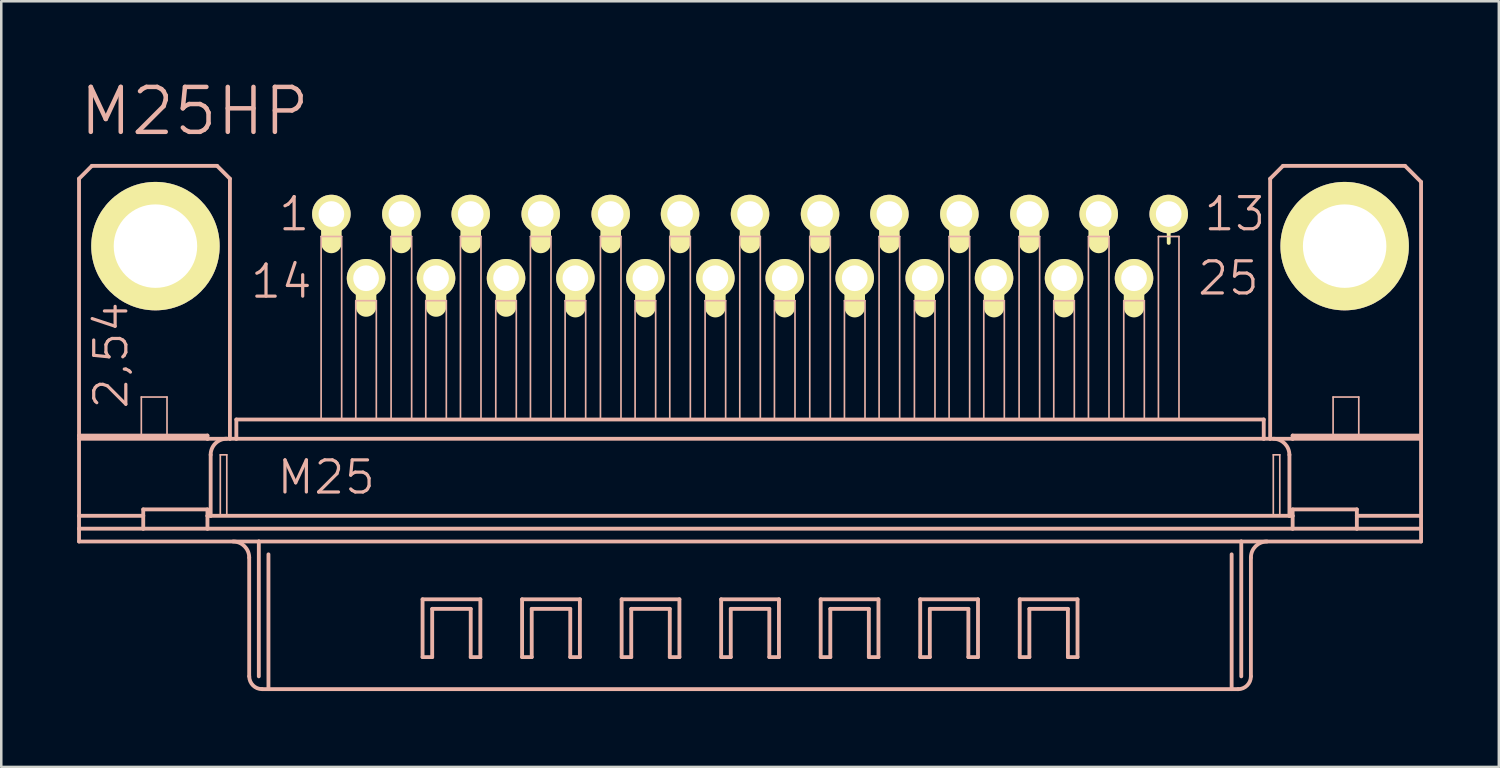
<source format=kicad_pcb>
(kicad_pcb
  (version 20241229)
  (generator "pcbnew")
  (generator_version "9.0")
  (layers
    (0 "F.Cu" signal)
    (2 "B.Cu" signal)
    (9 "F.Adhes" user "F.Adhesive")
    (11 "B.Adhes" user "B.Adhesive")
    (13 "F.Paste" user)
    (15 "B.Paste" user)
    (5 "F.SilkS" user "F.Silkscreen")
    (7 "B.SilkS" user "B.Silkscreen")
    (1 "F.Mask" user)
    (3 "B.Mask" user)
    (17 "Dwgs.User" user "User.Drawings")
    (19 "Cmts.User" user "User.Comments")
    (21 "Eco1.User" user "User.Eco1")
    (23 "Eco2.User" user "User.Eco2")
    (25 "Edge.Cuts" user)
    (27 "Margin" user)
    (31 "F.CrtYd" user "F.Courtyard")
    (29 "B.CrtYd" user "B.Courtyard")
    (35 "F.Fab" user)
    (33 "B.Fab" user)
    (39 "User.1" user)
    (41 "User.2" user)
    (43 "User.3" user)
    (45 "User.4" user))
  (footprint "M25HP"
    (layer "F.Cu")
    (at 26.619 6.686)
    (property "Reference" "M25HP" (at -21.971 -5.334 0) (layer "B.SilkS") (effects (font (size 1.778 1.778) (thickness 0.178))))
    (attr exclude_from_pos_files exclude_from_bom)
    (fp_line (start -16.561 -1.143) (end -16.561 -0.127) (stroke (width 0.813) (type solid)) (layer "F.SilkS"))
    (fp_line (start -15.189 1.372) (end -15.189 2.388) (stroke (width 0.813) (type solid)) (layer "F.SilkS"))
    (fp_line (start -13.792 -1.143) (end -13.792 -0.127) (stroke (width 0.813) (type solid)) (layer "F.SilkS"))
    (fp_line (start -12.421 1.372) (end -12.421 2.388) (stroke (width 0.813) (type solid)) (layer "F.SilkS"))
    (fp_line (start -11.049 -1.143) (end -11.049 -0.127) (stroke (width 0.813) (type solid)) (layer "F.SilkS"))
    (fp_line (start -9.652 1.372) (end -9.652 2.388) (stroke (width 0.813) (type solid)) (layer "F.SilkS"))
    (fp_line (start -8.28 -1.143) (end -8.28 -0.127) (stroke (width 0.813) (type solid)) (layer "F.SilkS"))
    (fp_line (start -6.909 1.397) (end -6.909 2.413) (stroke (width 0.813) (type solid)) (layer "F.SilkS"))
    (fp_line (start -5.512 -1.143) (end -5.512 -0.127) (stroke (width 0.813) (type solid)) (layer "F.SilkS"))
    (fp_line (start -4.14 1.397) (end -4.14 2.413) (stroke (width 0.813) (type solid)) (layer "F.SilkS"))
    (fp_line (start -2.769 -1.143) (end -2.769 -0.127) (stroke (width 0.813) (type solid)) (layer "F.SilkS"))
    (fp_line (start -1.372 1.397) (end -1.372 2.413) (stroke (width 0.813) (type solid)) (layer "F.SilkS"))
    (fp_line (start 0 -1.143) (end 0 -0.127) (stroke (width 0.813) (type solid)) (layer "F.SilkS"))
    (fp_line (start 1.372 1.397) (end 1.372 2.413) (stroke (width 0.813) (type solid)) (layer "F.SilkS"))
    (fp_line (start 2.769 -1.143) (end 2.769 -0.127) (stroke (width 0.813) (type solid)) (layer "F.SilkS"))
    (fp_line (start 4.14 1.397) (end 4.14 2.413) (stroke (width 0.813) (type solid)) (layer "F.SilkS"))
    (fp_line (start 5.512 -1.143) (end 5.512 -0.127) (stroke (width 0.813) (type solid)) (layer "F.SilkS"))
    (fp_line (start 6.909 1.397) (end 6.909 2.413) (stroke (width 0.813) (type solid)) (layer "F.SilkS"))
    (fp_line (start 8.28 -1.143) (end 8.28 -0.127) (stroke (width 0.813) (type solid)) (layer "F.SilkS"))
    (fp_line (start 9.652 1.397) (end 9.652 2.413) (stroke (width 0.813) (type solid)) (layer "F.SilkS"))
    (fp_line (start 11.049 -1.143) (end 11.049 -0.127) (stroke (width 0.813) (type solid)) (layer "F.SilkS"))
    (fp_line (start 12.421 1.397) (end 12.421 2.413) (stroke (width 0.813) (type solid)) (layer "F.SilkS"))
    (fp_line (start 13.792 -1.143) (end 13.792 -0.127) (stroke (width 0.813) (type solid)) (layer "F.SilkS"))
    (fp_line (start 15.189 1.397) (end 15.189 2.413) (stroke (width 0.813) (type solid)) (layer "F.SilkS"))
    (fp_line (start 16.561 -1.143) (end 16.561 -0.127) (stroke (width 0.152) (type solid)) (layer "F.SilkS"))
    (fp_line (start -26.543 -2.667) (end -26.543 7.493) (stroke (width 0.152) (type solid)) (layer "B.SilkS"))
    (fp_line (start -26.543 7.62) (end -26.543 7.493) (stroke (width 0.152) (type solid)) (layer "B.SilkS"))
    (fp_line (start -26.543 10.668) (end -26.543 7.62) (stroke (width 0.152) (type solid)) (layer "B.SilkS"))
    (fp_line (start -26.543 11.176) (end -26.543 10.668) (stroke (width 0.152) (type solid)) (layer "B.SilkS"))
    (fp_line (start -26.543 11.176) (end 26.543 11.176) (stroke (width 0.066) (type solid)) (layer "B.SilkS"))
    (fp_line (start -26.543 11.684) (end -26.543 11.176) (stroke (width 0.066) (type solid)) (layer "B.SilkS"))
    (fp_line (start -26.543 11.684) (end -26.543 11.176) (stroke (width 0.152) (type solid)) (layer "B.SilkS"))
    (fp_line (start -26.543 11.684) (end 26.543 11.684) (stroke (width 0.066) (type solid)) (layer "B.SilkS"))
    (fp_line (start -26.035 -3.175) (end -26.543 -2.667) (stroke (width 0.152) (type solid)) (layer "B.SilkS"))
    (fp_line (start -24.079 5.969) (end -23.063 5.969) (stroke (width 0.066) (type solid)) (layer "B.SilkS"))
    (fp_line (start -24.079 7.62) (end -24.079 5.969) (stroke (width 0.066) (type solid)) (layer "B.SilkS"))
    (fp_line (start -24.079 7.62) (end -23.063 7.62) (stroke (width 0.066) (type solid)) (layer "B.SilkS"))
    (fp_line (start -24.003 10.668) (end -26.543 10.668) (stroke (width 0.152) (type solid)) (layer "B.SilkS"))
    (fp_line (start -24.003 10.668) (end -24.003 10.414) (stroke (width 0.152) (type solid)) (layer "B.SilkS"))
    (fp_line (start -24.003 10.668) (end -24.003 11.176) (stroke (width 0.152) (type solid)) (layer "B.SilkS"))
    (fp_line (start -24.003 11.176) (end -26.543 11.176) (stroke (width 0.152) (type solid)) (layer "B.SilkS"))
    (fp_line (start -23.063 7.62) (end -23.063 5.969) (stroke (width 0.066) (type solid)) (layer "B.SilkS"))
    (fp_line (start -21.463 7.493) (end -26.543 7.493) (stroke (width 0.152) (type solid)) (layer "B.SilkS"))
    (fp_line (start -21.463 7.493) (end -21.463 7.62) (stroke (width 0.152) (type solid)) (layer "B.SilkS"))
    (fp_line (start -21.463 7.62) (end -26.543 7.62) (stroke (width 0.152) (type solid)) (layer "B.SilkS"))
    (fp_line (start -21.463 10.414) (end -24.003 10.414) (stroke (width 0.152) (type solid)) (layer "B.SilkS"))
    (fp_line (start -21.463 10.414) (end -21.463 10.668) (stroke (width 0.152) (type solid)) (layer "B.SilkS"))
    (fp_line (start -21.463 10.668) (end -21.463 11.176) (stroke (width 0.152) (type solid)) (layer "B.SilkS"))
    (fp_line (start -21.463 11.176) (end -24.003 11.176) (stroke (width 0.152) (type solid)) (layer "B.SilkS"))
    (fp_line (start -21.336 8.255) (end -21.336 10.668) (stroke (width 0.152) (type solid)) (layer "B.SilkS"))
    (fp_line (start -21.336 10.668) (end -21.463 10.668) (stroke (width 0.152) (type solid)) (layer "B.SilkS"))
    (fp_line (start -21.082 -3.175) (end -26.035 -3.175) (stroke (width 0.152) (type solid)) (layer "B.SilkS"))
    (fp_line (start -20.955 8.255) (end -20.698 8.255) (stroke (width 0.066) (type solid)) (layer "B.SilkS"))
    (fp_line (start -20.955 10.668) (end -20.955 8.255) (stroke (width 0.066) (type solid)) (layer "B.SilkS"))
    (fp_line (start -20.955 10.668) (end -20.698 10.668) (stroke (width 0.066) (type solid)) (layer "B.SilkS"))
    (fp_line (start -20.698 10.668) (end -20.698 8.255) (stroke (width 0.066) (type solid)) (layer "B.SilkS"))
    (fp_line (start -20.574 -2.667) (end -21.082 -3.175) (stroke (width 0.152) (type solid)) (layer "B.SilkS"))
    (fp_line (start -20.574 -2.667) (end -20.574 7.62) (stroke (width 0.152) (type solid)) (layer "B.SilkS"))
    (fp_line (start -20.574 7.62) (end -21.463 7.62) (stroke (width 0.152) (type solid)) (layer "B.SilkS"))
    (fp_line (start -20.32 6.858) (end 20.32 6.858) (stroke (width 0.066) (type solid)) (layer "B.SilkS"))
    (fp_line (start -20.32 7.62) (end -20.574 7.62) (stroke (width 0.152) (type solid)) (layer "B.SilkS"))
    (fp_line (start -20.32 7.62) (end -20.32 6.858) (stroke (width 0.066) (type solid)) (layer "B.SilkS"))
    (fp_line (start -20.32 7.62) (end -20.32 6.858) (stroke (width 0.152) (type solid)) (layer "B.SilkS"))
    (fp_line (start -20.32 7.62) (end 20.32 7.62) (stroke (width 0.066) (type solid)) (layer "B.SilkS"))
    (fp_line (start -19.812 12.319) (end -19.812 17.018) (stroke (width 0.152) (type solid)) (layer "B.SilkS"))
    (fp_line (start -19.431 11.684) (end -26.543 11.684) (stroke (width 0.152) (type solid)) (layer "B.SilkS"))
    (fp_line (start -19.431 11.684) (end -19.431 17.018) (stroke (width 0.152) (type solid)) (layer "B.SilkS"))
    (fp_line (start -19.05 12.192) (end -19.05 17.523) (stroke (width 0.152) (type solid)) (layer "B.SilkS"))
    (fp_line (start -19.05 17.523) (end -19.304 17.523) (stroke (width 0.152) (type solid)) (layer "B.SilkS"))
    (fp_line (start -16.967 -0.381) (end -16.154 -0.381) (stroke (width 0.066) (type solid)) (layer "B.SilkS"))
    (fp_line (start -16.967 6.858) (end -16.967 -0.381) (stroke (width 0.066) (type solid)) (layer "B.SilkS"))
    (fp_line (start -16.967 6.858) (end -16.154 6.858) (stroke (width 0.066) (type solid)) (layer "B.SilkS"))
    (fp_line (start -16.154 6.858) (end -16.154 -0.381) (stroke (width 0.066) (type solid)) (layer "B.SilkS"))
    (fp_line (start -15.596 2.159) (end -14.783 2.159) (stroke (width 0.066) (type solid)) (layer "B.SilkS"))
    (fp_line (start -15.596 6.858) (end -15.596 2.159) (stroke (width 0.066) (type solid)) (layer "B.SilkS"))
    (fp_line (start -15.596 6.858) (end -14.783 6.858) (stroke (width 0.066) (type solid)) (layer "B.SilkS"))
    (fp_line (start -14.783 6.858) (end -14.783 2.159) (stroke (width 0.066) (type solid)) (layer "B.SilkS"))
    (fp_line (start -14.199 -0.381) (end -13.386 -0.381) (stroke (width 0.066) (type solid)) (layer "B.SilkS"))
    (fp_line (start -14.199 6.858) (end -14.199 -0.381) (stroke (width 0.066) (type solid)) (layer "B.SilkS"))
    (fp_line (start -14.199 6.858) (end -13.386 6.858) (stroke (width 0.066) (type solid)) (layer "B.SilkS"))
    (fp_line (start -13.386 6.858) (end -13.386 -0.381) (stroke (width 0.066) (type solid)) (layer "B.SilkS"))
    (fp_line (start -12.954 13.97) (end -10.668 13.97) (stroke (width 0.152) (type solid)) (layer "B.SilkS"))
    (fp_line (start -12.954 16.256) (end -12.954 13.97) (stroke (width 0.152) (type solid)) (layer "B.SilkS"))
    (fp_line (start -12.827 2.159) (end -12.014 2.159) (stroke (width 0.066) (type solid)) (layer "B.SilkS"))
    (fp_line (start -12.827 6.858) (end -12.827 2.159) (stroke (width 0.066) (type solid)) (layer "B.SilkS"))
    (fp_line (start -12.827 6.858) (end -12.014 6.858) (stroke (width 0.066) (type solid)) (layer "B.SilkS"))
    (fp_line (start -12.573 14.348) (end -12.573 16.256) (stroke (width 0.152) (type solid)) (layer "B.SilkS"))
    (fp_line (start -12.573 16.256) (end -12.954 16.256) (stroke (width 0.152) (type solid)) (layer "B.SilkS"))
    (fp_line (start -12.014 6.858) (end -12.014 2.159) (stroke (width 0.066) (type solid)) (layer "B.SilkS"))
    (fp_line (start -11.455 -0.381) (end -10.643 -0.381) (stroke (width 0.066) (type solid)) (layer "B.SilkS"))
    (fp_line (start -11.455 6.858) (end -11.455 -0.381) (stroke (width 0.066) (type solid)) (layer "B.SilkS"))
    (fp_line (start -11.455 6.858) (end -10.643 6.858) (stroke (width 0.066) (type solid)) (layer "B.SilkS"))
    (fp_line (start -11.049 14.348) (end -12.573 14.348) (stroke (width 0.152) (type solid)) (layer "B.SilkS"))
    (fp_line (start -11.049 16.256) (end -11.049 14.348) (stroke (width 0.152) (type solid)) (layer "B.SilkS"))
    (fp_line (start -10.668 13.97) (end -10.668 16.256) (stroke (width 0.152) (type solid)) (layer "B.SilkS"))
    (fp_line (start -10.668 16.256) (end -11.049 16.256) (stroke (width 0.152) (type solid)) (layer "B.SilkS"))
    (fp_line (start -10.643 6.858) (end -10.643 -0.381) (stroke (width 0.066) (type solid)) (layer "B.SilkS"))
    (fp_line (start -10.058 2.159) (end -9.246 2.159) (stroke (width 0.066) (type solid)) (layer "B.SilkS"))
    (fp_line (start -10.058 6.858) (end -10.058 2.159) (stroke (width 0.066) (type solid)) (layer "B.SilkS"))
    (fp_line (start -10.058 6.858) (end -9.246 6.858) (stroke (width 0.066) (type solid)) (layer "B.SilkS"))
    (fp_line (start -9.246 6.858) (end -9.246 2.159) (stroke (width 0.066) (type solid)) (layer "B.SilkS"))
    (fp_line (start -9.017 13.97) (end -6.731 13.97) (stroke (width 0.152) (type solid)) (layer "B.SilkS"))
    (fp_line (start -9.017 16.256) (end -9.017 13.97) (stroke (width 0.152) (type solid)) (layer "B.SilkS"))
    (fp_line (start -8.687 -0.381) (end -7.874 -0.381) (stroke (width 0.066) (type solid)) (layer "B.SilkS"))
    (fp_line (start -8.687 6.858) (end -8.687 -0.381) (stroke (width 0.066) (type solid)) (layer "B.SilkS"))
    (fp_line (start -8.687 6.858) (end -7.874 6.858) (stroke (width 0.066) (type solid)) (layer "B.SilkS"))
    (fp_line (start -8.636 14.348) (end -8.636 16.256) (stroke (width 0.152) (type solid)) (layer "B.SilkS"))
    (fp_line (start -8.636 16.256) (end -9.017 16.256) (stroke (width 0.152) (type solid)) (layer "B.SilkS"))
    (fp_line (start -7.874 6.858) (end -7.874 -0.381) (stroke (width 0.066) (type solid)) (layer "B.SilkS"))
    (fp_line (start -7.315 2.159) (end -6.502 2.159) (stroke (width 0.066) (type solid)) (layer "B.SilkS"))
    (fp_line (start -7.315 6.858) (end -7.315 2.159) (stroke (width 0.066) (type solid)) (layer "B.SilkS"))
    (fp_line (start -7.315 6.858) (end -6.502 6.858) (stroke (width 0.066) (type solid)) (layer "B.SilkS"))
    (fp_line (start -7.112 14.348) (end -8.636 14.348) (stroke (width 0.152) (type solid)) (layer "B.SilkS"))
    (fp_line (start -7.112 16.256) (end -7.112 14.348) (stroke (width 0.152) (type solid)) (layer "B.SilkS"))
    (fp_line (start -6.731 13.97) (end -6.731 16.256) (stroke (width 0.152) (type solid)) (layer "B.SilkS"))
    (fp_line (start -6.731 16.256) (end -7.112 16.256) (stroke (width 0.152) (type solid)) (layer "B.SilkS"))
    (fp_line (start -6.502 6.858) (end -6.502 2.159) (stroke (width 0.066) (type solid)) (layer "B.SilkS"))
    (fp_line (start -5.918 -0.381) (end -5.105 -0.381) (stroke (width 0.066) (type solid)) (layer "B.SilkS"))
    (fp_line (start -5.918 6.858) (end -5.918 -0.381) (stroke (width 0.066) (type solid)) (layer "B.SilkS"))
    (fp_line (start -5.918 6.858) (end -5.105 6.858) (stroke (width 0.066) (type solid)) (layer "B.SilkS"))
    (fp_line (start -5.105 6.858) (end -5.105 -0.381) (stroke (width 0.066) (type solid)) (layer "B.SilkS"))
    (fp_line (start -5.08 13.97) (end -2.794 13.97) (stroke (width 0.152) (type solid)) (layer "B.SilkS"))
    (fp_line (start -5.08 16.256) (end -5.08 13.97) (stroke (width 0.152) (type solid)) (layer "B.SilkS"))
    (fp_line (start -4.699 14.348) (end -4.699 16.256) (stroke (width 0.152) (type solid)) (layer "B.SilkS"))
    (fp_line (start -4.699 16.256) (end -5.08 16.256) (stroke (width 0.152) (type solid)) (layer "B.SilkS"))
    (fp_line (start -4.547 2.159) (end -3.734 2.159) (stroke (width 0.066) (type solid)) (layer "B.SilkS"))
    (fp_line (start -4.547 6.858) (end -4.547 2.159) (stroke (width 0.066) (type solid)) (layer "B.SilkS"))
    (fp_line (start -4.547 6.858) (end -3.734 6.858) (stroke (width 0.066) (type solid)) (layer "B.SilkS"))
    (fp_line (start -3.734 6.858) (end -3.734 2.159) (stroke (width 0.066) (type solid)) (layer "B.SilkS"))
    (fp_line (start -3.175 -0.381) (end -2.362 -0.381) (stroke (width 0.066) (type solid)) (layer "B.SilkS"))
    (fp_line (start -3.175 6.858) (end -3.175 -0.381) (stroke (width 0.066) (type solid)) (layer "B.SilkS"))
    (fp_line (start -3.175 6.858) (end -2.362 6.858) (stroke (width 0.066) (type solid)) (layer "B.SilkS"))
    (fp_line (start -3.175 14.348) (end -4.699 14.348) (stroke (width 0.152) (type solid)) (layer "B.SilkS"))
    (fp_line (start -3.175 16.256) (end -3.175 14.348) (stroke (width 0.152) (type solid)) (layer "B.SilkS"))
    (fp_line (start -2.794 13.97) (end -2.794 16.256) (stroke (width 0.152) (type solid)) (layer "B.SilkS"))
    (fp_line (start -2.794 16.256) (end -3.175 16.256) (stroke (width 0.152) (type solid)) (layer "B.SilkS"))
    (fp_line (start -2.362 6.858) (end -2.362 -0.381) (stroke (width 0.066) (type solid)) (layer "B.SilkS"))
    (fp_line (start -1.778 2.159) (end -0.965 2.159) (stroke (width 0.066) (type solid)) (layer "B.SilkS"))
    (fp_line (start -1.778 6.858) (end -1.778 2.159) (stroke (width 0.066) (type solid)) (layer "B.SilkS"))
    (fp_line (start -1.778 6.858) (end -0.965 6.858) (stroke (width 0.066) (type solid)) (layer "B.SilkS"))
    (fp_line (start -1.143 13.97) (end 1.143 13.97) (stroke (width 0.152) (type solid)) (layer "B.SilkS"))
    (fp_line (start -1.143 16.256) (end -1.143 13.97) (stroke (width 0.152) (type solid)) (layer "B.SilkS"))
    (fp_line (start -0.965 6.858) (end -0.965 2.159) (stroke (width 0.066) (type solid)) (layer "B.SilkS"))
    (fp_line (start -0.762 14.348) (end -0.762 16.256) (stroke (width 0.152) (type solid)) (layer "B.SilkS"))
    (fp_line (start -0.762 16.256) (end -1.143 16.256) (stroke (width 0.152) (type solid)) (layer "B.SilkS"))
    (fp_line (start -0.406 -0.381) (end 0.406 -0.381) (stroke (width 0.066) (type solid)) (layer "B.SilkS"))
    (fp_line (start -0.406 6.858) (end -0.406 -0.381) (stroke (width 0.066) (type solid)) (layer "B.SilkS"))
    (fp_line (start -0.406 6.858) (end 0.406 6.858) (stroke (width 0.066) (type solid)) (layer "B.SilkS"))
    (fp_line (start 0.406 6.858) (end 0.406 -0.381) (stroke (width 0.066) (type solid)) (layer "B.SilkS"))
    (fp_line (start 0.762 14.348) (end -0.762 14.348) (stroke (width 0.152) (type solid)) (layer "B.SilkS"))
    (fp_line (start 0.762 16.256) (end 0.762 14.348) (stroke (width 0.152) (type solid)) (layer "B.SilkS"))
    (fp_line (start 0.965 2.159) (end 1.778 2.159) (stroke (width 0.066) (type solid)) (layer "B.SilkS"))
    (fp_line (start 0.965 6.858) (end 0.965 2.159) (stroke (width 0.066) (type solid)) (layer "B.SilkS"))
    (fp_line (start 0.965 6.858) (end 1.778 6.858) (stroke (width 0.066) (type solid)) (layer "B.SilkS"))
    (fp_line (start 1.143 13.97) (end 1.143 16.256) (stroke (width 0.152) (type solid)) (layer "B.SilkS"))
    (fp_line (start 1.143 16.256) (end 0.762 16.256) (stroke (width 0.152) (type solid)) (layer "B.SilkS"))
    (fp_line (start 1.778 6.858) (end 1.778 2.159) (stroke (width 0.066) (type solid)) (layer "B.SilkS"))
    (fp_line (start 2.362 -0.381) (end 3.175 -0.381) (stroke (width 0.066) (type solid)) (layer "B.SilkS"))
    (fp_line (start 2.362 6.858) (end 2.362 -0.381) (stroke (width 0.066) (type solid)) (layer "B.SilkS"))
    (fp_line (start 2.362 6.858) (end 3.175 6.858) (stroke (width 0.066) (type solid)) (layer "B.SilkS"))
    (fp_line (start 2.794 13.97) (end 5.08 13.97) (stroke (width 0.152) (type solid)) (layer "B.SilkS"))
    (fp_line (start 2.794 16.256) (end 2.794 13.97) (stroke (width 0.152) (type solid)) (layer "B.SilkS"))
    (fp_line (start 3.175 6.858) (end 3.175 -0.381) (stroke (width 0.066) (type solid)) (layer "B.SilkS"))
    (fp_line (start 3.175 14.348) (end 3.175 16.256) (stroke (width 0.152) (type solid)) (layer "B.SilkS"))
    (fp_line (start 3.175 16.256) (end 2.794 16.256) (stroke (width 0.152) (type solid)) (layer "B.SilkS"))
    (fp_line (start 3.734 2.159) (end 4.547 2.159) (stroke (width 0.066) (type solid)) (layer "B.SilkS"))
    (fp_line (start 3.734 6.858) (end 3.734 2.159) (stroke (width 0.066) (type solid)) (layer "B.SilkS"))
    (fp_line (start 3.734 6.858) (end 4.547 6.858) (stroke (width 0.066) (type solid)) (layer "B.SilkS"))
    (fp_line (start 4.547 6.858) (end 4.547 2.159) (stroke (width 0.066) (type solid)) (layer "B.SilkS"))
    (fp_line (start 4.699 14.348) (end 3.175 14.348) (stroke (width 0.152) (type solid)) (layer "B.SilkS"))
    (fp_line (start 4.699 16.256) (end 4.699 14.348) (stroke (width 0.152) (type solid)) (layer "B.SilkS"))
    (fp_line (start 5.08 13.97) (end 5.08 16.256) (stroke (width 0.152) (type solid)) (layer "B.SilkS"))
    (fp_line (start 5.08 16.256) (end 4.699 16.256) (stroke (width 0.152) (type solid)) (layer "B.SilkS"))
    (fp_line (start 5.105 -0.381) (end 5.918 -0.381) (stroke (width 0.066) (type solid)) (layer "B.SilkS"))
    (fp_line (start 5.105 6.858) (end 5.105 -0.381) (stroke (width 0.066) (type solid)) (layer "B.SilkS"))
    (fp_line (start 5.105 6.858) (end 5.918 6.858) (stroke (width 0.066) (type solid)) (layer "B.SilkS"))
    (fp_line (start 5.918 6.858) (end 5.918 -0.381) (stroke (width 0.066) (type solid)) (layer "B.SilkS"))
    (fp_line (start 6.502 2.159) (end 7.315 2.159) (stroke (width 0.066) (type solid)) (layer "B.SilkS"))
    (fp_line (start 6.502 6.858) (end 6.502 2.159) (stroke (width 0.066) (type solid)) (layer "B.SilkS"))
    (fp_line (start 6.502 6.858) (end 7.315 6.858) (stroke (width 0.066) (type solid)) (layer "B.SilkS"))
    (fp_line (start 6.731 13.97) (end 9.017 13.97) (stroke (width 0.152) (type solid)) (layer "B.SilkS"))
    (fp_line (start 6.731 16.256) (end 6.731 13.97) (stroke (width 0.152) (type solid)) (layer "B.SilkS"))
    (fp_line (start 7.112 14.348) (end 7.112 16.256) (stroke (width 0.152) (type solid)) (layer "B.SilkS"))
    (fp_line (start 7.112 16.256) (end 6.731 16.256) (stroke (width 0.152) (type solid)) (layer "B.SilkS"))
    (fp_line (start 7.315 6.858) (end 7.315 2.159) (stroke (width 0.066) (type solid)) (layer "B.SilkS"))
    (fp_line (start 7.874 -0.381) (end 8.687 -0.381) (stroke (width 0.066) (type solid)) (layer "B.SilkS"))
    (fp_line (start 7.874 6.858) (end 7.874 -0.381) (stroke (width 0.066) (type solid)) (layer "B.SilkS"))
    (fp_line (start 7.874 6.858) (end 8.687 6.858) (stroke (width 0.066) (type solid)) (layer "B.SilkS"))
    (fp_line (start 8.636 14.348) (end 7.112 14.348) (stroke (width 0.152) (type solid)) (layer "B.SilkS"))
    (fp_line (start 8.636 16.256) (end 8.636 14.348) (stroke (width 0.152) (type solid)) (layer "B.SilkS"))
    (fp_line (start 8.687 6.858) (end 8.687 -0.381) (stroke (width 0.066) (type solid)) (layer "B.SilkS"))
    (fp_line (start 9.017 13.97) (end 9.017 16.256) (stroke (width 0.152) (type solid)) (layer "B.SilkS"))
    (fp_line (start 9.017 16.256) (end 8.636 16.256) (stroke (width 0.152) (type solid)) (layer "B.SilkS"))
    (fp_line (start 9.246 2.159) (end 10.058 2.159) (stroke (width 0.066) (type solid)) (layer "B.SilkS"))
    (fp_line (start 9.246 6.858) (end 9.246 2.159) (stroke (width 0.066) (type solid)) (layer "B.SilkS"))
    (fp_line (start 9.246 6.858) (end 10.058 6.858) (stroke (width 0.066) (type solid)) (layer "B.SilkS"))
    (fp_line (start 10.058 6.858) (end 10.058 2.159) (stroke (width 0.066) (type solid)) (layer "B.SilkS"))
    (fp_line (start 10.643 -0.381) (end 11.455 -0.381) (stroke (width 0.066) (type solid)) (layer "B.SilkS"))
    (fp_line (start 10.643 6.858) (end 10.643 -0.381) (stroke (width 0.066) (type solid)) (layer "B.SilkS"))
    (fp_line (start 10.643 6.858) (end 11.455 6.858) (stroke (width 0.066) (type solid)) (layer "B.SilkS"))
    (fp_line (start 10.668 13.97) (end 12.954 13.97) (stroke (width 0.152) (type solid)) (layer "B.SilkS"))
    (fp_line (start 10.668 16.256) (end 10.668 13.97) (stroke (width 0.152) (type solid)) (layer "B.SilkS"))
    (fp_line (start 11.049 14.348) (end 11.049 16.256) (stroke (width 0.152) (type solid)) (layer "B.SilkS"))
    (fp_line (start 11.049 16.256) (end 10.668 16.256) (stroke (width 0.152) (type solid)) (layer "B.SilkS"))
    (fp_line (start 11.455 6.858) (end 11.455 -0.381) (stroke (width 0.066) (type solid)) (layer "B.SilkS"))
    (fp_line (start 12.014 2.159) (end 12.827 2.159) (stroke (width 0.066) (type solid)) (layer "B.SilkS"))
    (fp_line (start 12.014 6.858) (end 12.014 2.159) (stroke (width 0.066) (type solid)) (layer "B.SilkS"))
    (fp_line (start 12.014 6.858) (end 12.827 6.858) (stroke (width 0.066) (type solid)) (layer "B.SilkS"))
    (fp_line (start 12.573 14.348) (end 11.049 14.348) (stroke (width 0.152) (type solid)) (layer "B.SilkS"))
    (fp_line (start 12.573 16.256) (end 12.573 14.348) (stroke (width 0.152) (type solid)) (layer "B.SilkS"))
    (fp_line (start 12.827 6.858) (end 12.827 2.159) (stroke (width 0.066) (type solid)) (layer "B.SilkS"))
    (fp_line (start 12.954 13.97) (end 12.954 16.256) (stroke (width 0.152) (type solid)) (layer "B.SilkS"))
    (fp_line (start 12.954 16.256) (end 12.573 16.256) (stroke (width 0.152) (type solid)) (layer "B.SilkS"))
    (fp_line (start 13.386 -0.381) (end 14.199 -0.381) (stroke (width 0.066) (type solid)) (layer "B.SilkS"))
    (fp_line (start 13.386 6.858) (end 13.386 -0.381) (stroke (width 0.066) (type solid)) (layer "B.SilkS"))
    (fp_line (start 13.386 6.858) (end 14.199 6.858) (stroke (width 0.066) (type solid)) (layer "B.SilkS"))
    (fp_line (start 14.199 6.858) (end 14.199 -0.381) (stroke (width 0.066) (type solid)) (layer "B.SilkS"))
    (fp_line (start 14.783 2.159) (end 15.596 2.159) (stroke (width 0.066) (type solid)) (layer "B.SilkS"))
    (fp_line (start 14.783 6.858) (end 14.783 2.159) (stroke (width 0.066) (type solid)) (layer "B.SilkS"))
    (fp_line (start 14.783 6.858) (end 15.596 6.858) (stroke (width 0.066) (type solid)) (layer "B.SilkS"))
    (fp_line (start 15.596 6.858) (end 15.596 2.159) (stroke (width 0.066) (type solid)) (layer "B.SilkS"))
    (fp_line (start 16.154 -0.381) (end 16.967 -0.381) (stroke (width 0.066) (type solid)) (layer "B.SilkS"))
    (fp_line (start 16.154 6.858) (end 16.154 -0.381) (stroke (width 0.066) (type solid)) (layer "B.SilkS"))
    (fp_line (start 16.154 6.858) (end 16.967 6.858) (stroke (width 0.066) (type solid)) (layer "B.SilkS"))
    (fp_line (start 16.967 6.858) (end 16.967 -0.381) (stroke (width 0.066) (type solid)) (layer "B.SilkS"))
    (fp_line (start 19.05 12.192) (end 19.05 17.523) (stroke (width 0.152) (type solid)) (layer "B.SilkS"))
    (fp_line (start 19.05 17.523) (end -19.05 17.523) (stroke (width 0.152) (type solid)) (layer "B.SilkS"))
    (fp_line (start 19.304 17.523) (end 19.05 17.523) (stroke (width 0.152) (type solid)) (layer "B.SilkS"))
    (fp_line (start 19.431 11.684) (end -19.431 11.684) (stroke (width 0.152) (type solid)) (layer "B.SilkS"))
    (fp_line (start 19.431 11.684) (end 19.431 17.018) (stroke (width 0.152) (type solid)) (layer "B.SilkS"))
    (fp_line (start 19.812 12.319) (end 19.812 17.018) (stroke (width 0.152) (type solid)) (layer "B.SilkS"))
    (fp_line (start 20.32 6.858) (end -20.32 6.858) (stroke (width 0.152) (type solid)) (layer "B.SilkS"))
    (fp_line (start 20.32 7.62) (end -20.32 7.62) (stroke (width 0.152) (type solid)) (layer "B.SilkS"))
    (fp_line (start 20.32 7.62) (end 20.32 6.858) (stroke (width 0.066) (type solid)) (layer "B.SilkS"))
    (fp_line (start 20.32 7.62) (end 20.32 6.858) (stroke (width 0.152) (type solid)) (layer "B.SilkS"))
    (fp_line (start 20.574 -2.667) (end 20.574 7.62) (stroke (width 0.152) (type solid)) (layer "B.SilkS"))
    (fp_line (start 20.574 7.62) (end 20.32 7.62) (stroke (width 0.152) (type solid)) (layer "B.SilkS"))
    (fp_line (start 20.698 8.255) (end 20.955 8.255) (stroke (width 0.066) (type solid)) (layer "B.SilkS"))
    (fp_line (start 20.698 10.668) (end 20.698 8.255) (stroke (width 0.066) (type solid)) (layer "B.SilkS"))
    (fp_line (start 20.698 10.668) (end 20.955 10.668) (stroke (width 0.066) (type solid)) (layer "B.SilkS"))
    (fp_line (start 20.955 10.668) (end 20.955 8.255) (stroke (width 0.066) (type solid)) (layer "B.SilkS"))
    (fp_line (start 21.082 -3.175) (end 20.574 -2.667) (stroke (width 0.152) (type solid)) (layer "B.SilkS"))
    (fp_line (start 21.082 -3.175) (end 25.908 -3.175) (stroke (width 0.152) (type solid)) (layer "B.SilkS"))
    (fp_line (start 21.336 8.255) (end 21.336 10.668) (stroke (width 0.152) (type solid)) (layer "B.SilkS"))
    (fp_line (start 21.336 10.668) (end -21.336 10.668) (stroke (width 0.152) (type solid)) (layer "B.SilkS"))
    (fp_line (start 21.463 7.493) (end 21.463 7.62) (stroke (width 0.152) (type solid)) (layer "B.SilkS"))
    (fp_line (start 21.463 7.62) (end 20.574 7.62) (stroke (width 0.152) (type solid)) (layer "B.SilkS"))
    (fp_line (start 21.463 10.414) (end 21.463 10.668) (stroke (width 0.152) (type solid)) (layer "B.SilkS"))
    (fp_line (start 21.463 10.668) (end 21.336 10.668) (stroke (width 0.152) (type solid)) (layer "B.SilkS"))
    (fp_line (start 21.463 10.668) (end 21.463 11.176) (stroke (width 0.152) (type solid)) (layer "B.SilkS"))
    (fp_line (start 21.463 11.176) (end -21.463 11.176) (stroke (width 0.152) (type solid)) (layer "B.SilkS"))
    (fp_line (start 23.063 5.969) (end 24.079 5.969) (stroke (width 0.066) (type solid)) (layer "B.SilkS"))
    (fp_line (start 23.063 7.62) (end 23.063 5.969) (stroke (width 0.066) (type solid)) (layer "B.SilkS"))
    (fp_line (start 23.063 7.62) (end 24.079 7.62) (stroke (width 0.066) (type solid)) (layer "B.SilkS"))
    (fp_line (start 24.003 10.414) (end 21.463 10.414) (stroke (width 0.152) (type solid)) (layer "B.SilkS"))
    (fp_line (start 24.003 10.668) (end 24.003 10.414) (stroke (width 0.152) (type solid)) (layer "B.SilkS"))
    (fp_line (start 24.003 10.668) (end 24.003 11.176) (stroke (width 0.152) (type solid)) (layer "B.SilkS"))
    (fp_line (start 24.003 11.176) (end 21.463 11.176) (stroke (width 0.152) (type solid)) (layer "B.SilkS"))
    (fp_line (start 24.079 7.62) (end 24.079 5.969) (stroke (width 0.066) (type solid)) (layer "B.SilkS"))
    (fp_line (start 25.908 -3.175) (end 26.543 -2.54) (stroke (width 0.152) (type solid)) (layer "B.SilkS"))
    (fp_line (start 26.543 -2.54) (end 26.543 7.493) (stroke (width 0.152) (type solid)) (layer "B.SilkS"))
    (fp_line (start 26.543 7.493) (end 21.463 7.493) (stroke (width 0.152) (type solid)) (layer "B.SilkS"))
    (fp_line (start 26.543 7.62) (end 21.463 7.62) (stroke (width 0.152) (type solid)) (layer "B.SilkS"))
    (fp_line (start 26.543 7.62) (end 26.543 7.493) (stroke (width 0.152) (type solid)) (layer "B.SilkS"))
    (fp_line (start 26.543 7.62) (end 26.543 10.668) (stroke (width 0.152) (type solid)) (layer "B.SilkS"))
    (fp_line (start 26.543 10.668) (end 24.003 10.668) (stroke (width 0.152) (type solid)) (layer "B.SilkS"))
    (fp_line (start 26.543 10.668) (end 26.543 11.176) (stroke (width 0.152) (type solid)) (layer "B.SilkS"))
    (fp_line (start 26.543 11.176) (end 24.003 11.176) (stroke (width 0.152) (type solid)) (layer "B.SilkS"))
    (fp_line (start 26.543 11.176) (end 26.543 11.684) (stroke (width 0.152) (type solid)) (layer "B.SilkS"))
    (fp_line (start 26.543 11.684) (end 19.431 11.684) (stroke (width 0.152) (type solid)) (layer "B.SilkS"))
    (fp_line (start 26.543 11.684) (end 26.543 11.176) (stroke (width 0.066) (type solid)) (layer "B.SilkS"))
    (fp_arc (start -21.336 8.255) (mid -21.149269 7.804191) (end -20.69846 7.61746) (stroke (width 0.1524) (type solid)) (layer "B.SilkS"))
    (fp_arc (start -20.447 11.684) (mid -19.997987 11.869987) (end -19.812 12.319) (stroke (width 0.1524) (type solid)) (layer "B.SilkS"))
    (fp_arc (start -19.304 17.52346) (mid -19.661414 17.375414) (end -19.80946 17.018) (stroke (width 0.1524) (type solid)) (layer "B.SilkS"))
    (fp_arc (start 19.812 12.319) (mid 19.997987 11.869987) (end 20.447 11.684) (stroke (width 0.1524) (type solid)) (layer "B.SilkS"))
    (fp_arc (start 19.812 17.018) (mid 19.66321 17.37721) (end 19.304 17.526) (stroke (width 0.1524) (type solid)) (layer "B.SilkS"))
    (fp_arc (start 20.69846 7.62) (mid 21.147473 7.805987) (end 21.33346 8.255) (stroke (width 0.1524) (type solid)) (layer "B.SilkS"))
    (fp_circle (center -23.52 0) (end -24.346 0.826) (stroke (width 0.076) (type solid)) (fill no) (layer "B.SilkS"))
    (fp_circle (center 23.52 0) (end 24.346 0.826) (stroke (width 0.076) (type solid)) (fill no) (layer "B.SilkS"))
    (fp_text user "1" (at -18.034 -1.27 0) (layer "B.SilkS") (effects (font (size 1.27 1.27) (thickness 0.127))))
    (fp_text user "M25" (at -16.764 9.144 0) (layer "B.SilkS") (effects (font (size 1.27 1.27) (thickness 0.127))))
    (fp_text user "14" (at -18.542 1.397 0) (layer "B.SilkS") (effects (font (size 1.27 1.27) (thickness 0.127))))
    (fp_text user "2,54" (at -25.273 4.318 90) (layer "B.SilkS") (effects (font (size 1.27 1.27) (thickness 0.127))))
    (fp_text user "13" (at 19.177 -1.27 0) (layer "B.SilkS") (effects (font (size 1.27 1.27) (thickness 0.127))))
    (fp_text user "25" (at 18.923 1.27 0) (layer "B.SilkS") (effects (font (size 1.27 1.27) (thickness 0.127))))
    (pad "1" thru_hole circle (at -16.561 -1.27) (size 1.524 1.524) (drill 1.016) (layers "*.Cu" "F.Mask" "F.SilkS" "F.Paste"))
    (pad "2" thru_hole circle (at -13.792 -1.27) (size 1.524 1.524) (drill 1.016) (layers "*.Cu" "F.Mask" "F.SilkS" "F.Paste"))
    (pad "3" thru_hole circle (at -11.049 -1.27) (size 1.524 1.524) (drill 1.016) (layers "*.Cu" "F.Mask" "F.SilkS" "F.Paste"))
    (pad "4" thru_hole circle (at -8.28 -1.27) (size 1.524 1.524) (drill 1.016) (layers "*.Cu" "F.Mask" "F.SilkS" "F.Paste"))
    (pad "5" thru_hole circle (at -5.512 -1.27) (size 1.524 1.524) (drill 1.016) (layers "*.Cu" "F.Mask" "F.SilkS" "F.Paste"))
    (pad "6" thru_hole circle (at -2.769 -1.27) (size 1.524 1.524) (drill 1.016) (layers "*.Cu" "F.Mask" "F.SilkS" "F.Paste"))
    (pad "7" thru_hole circle (at 0 -1.27) (size 1.524 1.524) (drill 1.016) (layers "*.Cu" "F.Mask" "F.SilkS" "F.Paste"))
    (pad "8" thru_hole circle (at 2.769 -1.27) (size 1.524 1.524) (drill 1.016) (layers "*.Cu" "F.Mask" "F.SilkS" "F.Paste"))
    (pad "9" thru_hole circle (at 5.512 -1.27) (size 1.524 1.524) (drill 1.016) (layers "*.Cu" "F.Mask" "F.SilkS" "F.Paste"))
    (pad "10" thru_hole circle (at 8.28 -1.27) (size 1.524 1.524) (drill 1.016) (layers "*.Cu" "F.Mask" "F.SilkS" "F.Paste"))
    (pad "11" thru_hole circle (at 11.049 -1.27) (size 1.524 1.524) (drill 1.016) (layers "*.Cu" "F.Mask" "F.SilkS" "F.Paste"))
    (pad "12" thru_hole circle (at 13.792 -1.27) (size 1.524 1.524) (drill 1.016) (layers "*.Cu" "F.Mask" "F.SilkS" "F.Paste"))
    (pad "13" thru_hole circle (at 16.561 -1.27) (size 1.524 1.524) (drill 1.016) (layers "*.Cu" "F.Mask" "F.SilkS" "F.Paste"))
    (pad "14" thru_hole circle (at -15.189 1.27) (size 1.524 1.524) (drill 1.016) (layers "*.Cu" "F.Mask" "F.SilkS" "F.Paste"))
    (pad "15" thru_hole circle (at -12.421 1.27) (size 1.524 1.524) (drill 1.016) (layers "*.Cu" "F.Mask" "F.SilkS" "F.Paste"))
    (pad "16" thru_hole circle (at -9.652 1.27) (size 1.524 1.524) (drill 1.016) (layers "*.Cu" "F.Mask" "F.SilkS" "F.Paste"))
    (pad "17" thru_hole circle (at -6.909 1.27) (size 1.524 1.524) (drill 1.016) (layers "*.Cu" "F.Mask" "F.SilkS" "F.Paste"))
    (pad "18" thru_hole circle (at -4.14 1.27) (size 1.524 1.524) (drill 1.016) (layers "*.Cu" "F.Mask" "F.SilkS" "F.Paste"))
    (pad "19" thru_hole circle (at -1.372 1.27) (size 1.524 1.524) (drill 1.016) (layers "*.Cu" "F.Mask" "F.SilkS" "F.Paste"))
    (pad "20" thru_hole circle (at 1.372 1.27) (size 1.524 1.524) (drill 1.016) (layers "*.Cu" "F.Mask" "F.SilkS" "F.Paste"))
    (pad "21" thru_hole circle (at 4.14 1.27) (size 1.524 1.524) (drill 1.016) (layers "*.Cu" "F.Mask" "F.SilkS" "F.Paste"))
    (pad "22" thru_hole circle (at 6.909 1.27) (size 1.524 1.524) (drill 1.016) (layers "*.Cu" "F.Mask" "F.SilkS" "F.Paste"))
    (pad "23" thru_hole circle (at 9.652 1.27) (size 1.524 1.524) (drill 1.016) (layers "*.Cu" "F.Mask" "F.SilkS" "F.Paste"))
    (pad "24" thru_hole circle (at 12.421 1.27) (size 1.524 1.524) (drill 1.016) (layers "*.Cu" "F.Mask" "F.SilkS" "F.Paste"))
    (pad "25" thru_hole circle (at 15.189 1.27) (size 1.524 1.524) (drill 1.016) (layers "*.Cu" "F.Mask" "F.SilkS" "F.Paste"))
    (pad "G1" thru_hole circle (at -23.52 0) (size 5.08 5.08) (drill 3.302) (layers "*.Cu" "F.Mask" "F.SilkS" "F.Paste"))
    (pad "G2" thru_hole circle (at 23.52 0) (size 5.08 5.08) (drill 3.302) (layers "*.Cu" "F.Mask" "F.SilkS" "F.Paste")))
  (gr_rect
    (start -3 -3)
    (end 56.238 27.288)
    (stroke (width 0.1) (type default))
    (fill no)
    (layer "Edge.Cuts")))
</source>
